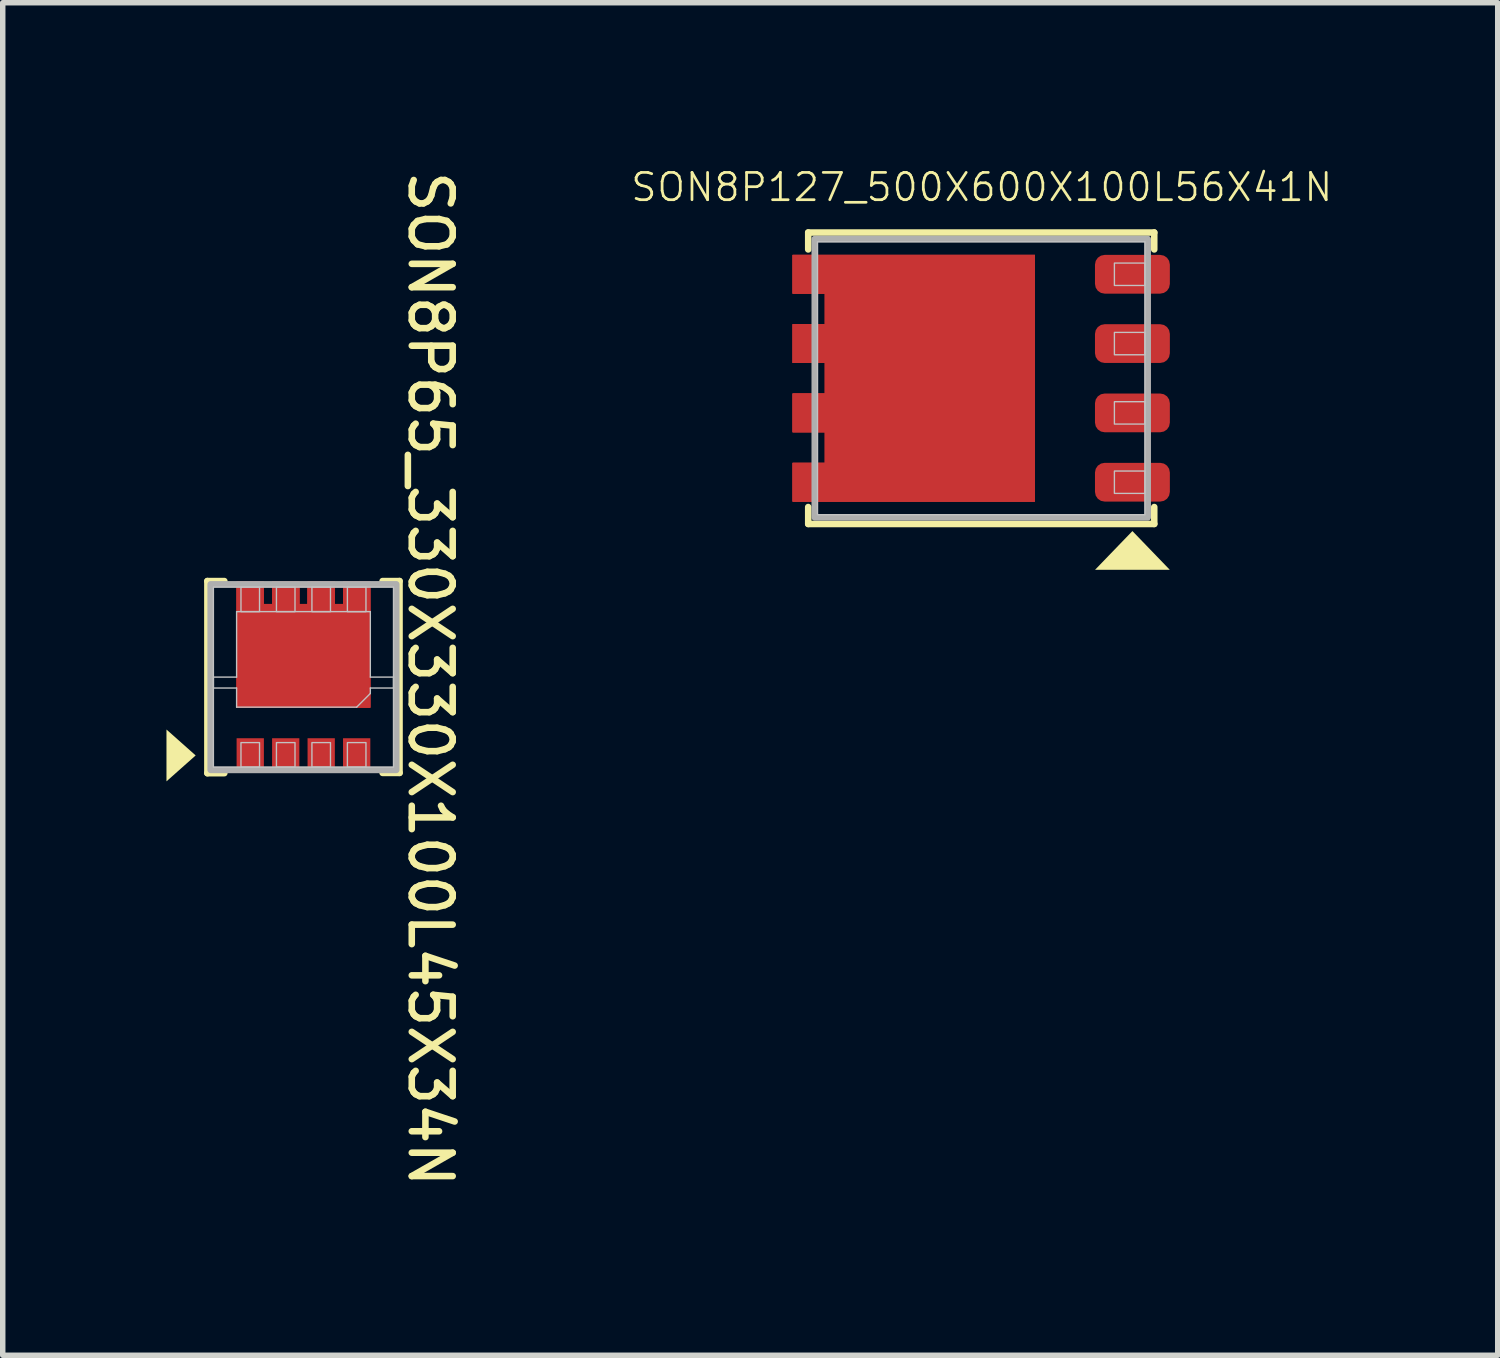
<source format=kicad_pcb>
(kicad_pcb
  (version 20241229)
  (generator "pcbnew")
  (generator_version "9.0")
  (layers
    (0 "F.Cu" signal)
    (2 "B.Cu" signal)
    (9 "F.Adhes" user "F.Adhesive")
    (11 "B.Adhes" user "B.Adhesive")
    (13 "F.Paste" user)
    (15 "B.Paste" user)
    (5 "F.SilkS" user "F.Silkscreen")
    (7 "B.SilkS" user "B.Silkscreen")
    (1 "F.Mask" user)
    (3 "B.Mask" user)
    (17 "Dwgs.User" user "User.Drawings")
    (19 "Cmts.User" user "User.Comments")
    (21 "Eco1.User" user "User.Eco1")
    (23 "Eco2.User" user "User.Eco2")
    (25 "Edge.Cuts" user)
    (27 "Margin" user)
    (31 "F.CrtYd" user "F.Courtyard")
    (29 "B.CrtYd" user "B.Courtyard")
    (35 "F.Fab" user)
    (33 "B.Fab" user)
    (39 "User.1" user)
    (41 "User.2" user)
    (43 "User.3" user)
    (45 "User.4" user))
  (footprint "SON8P127_500X600X100L56X41N"
    (layer "F.Cu")
    (at 14.928 3.88)
    (property "Reference" "SON8P127_500X600X100L56X41N" (at 0.01 -3.5 0) (unlocked yes) (layer "F.SilkS") (effects (font (size 0.5 0.5) (thickness 0.05))))
    (attr smd)
    (fp_line (start -3.17 -2.67) (end -3.17 -2.36) (stroke (width 0.12) (type default)) (layer "F.SilkS"))
    (fp_line (start -3.17 2.67) (end -3.17 2.36) (stroke (width 0.12) (type default)) (layer "F.SilkS"))
    (fp_line (start -3.17 2.67) (end 3.17 2.67) (stroke (width 0.12) (type default)) (layer "F.SilkS"))
    (fp_line (start 3.17 -2.67) (end -3.17 -2.67) (stroke (width 0.12) (type default)) (layer "F.SilkS"))
    (fp_line (start 3.17 -2.67) (end 3.17 -2.36) (stroke (width 0.12) (type default)) (layer "F.SilkS"))
    (fp_line (start 3.17 2.67) (end 3.17 2.36) (stroke (width 0.12) (type default)) (layer "F.SilkS"))
    (fp_poly (pts (xy 2.77 2.8) (xy 2.085 3.51) (xy 3.455 3.51)) (stroke (width 0) (type solid)) (fill yes) (layer "F.SilkS"))
    (fp_rect (start -3.293 -2.159) (end -2.527 -1.651) (stroke (width 0) (type solid)) (fill yes) (layer "F.Paste"))
    (fp_rect (start -3.293 -0.889) (end -2.527 -0.381) (stroke (width 0) (type solid)) (fill yes) (layer "F.Paste"))
    (fp_rect (start -3.293 0.381) (end -2.527 0.889) (stroke (width 0) (type solid)) (fill yes) (layer "F.Paste"))
    (fp_rect (start -3.293 1.651) (end -2.527 2.159) (stroke (width 0) (type solid)) (fill yes) (layer "F.Paste"))
    (fp_rect (start -2.241 -1.997) (end -0.947 -1.251) (stroke (width 0) (type solid)) (fill yes) (layer "F.Paste"))
    (fp_rect (start -2.241 -0.886) (end -0.948 -0.15) (stroke (width 0) (type solid)) (fill yes) (layer "F.Paste"))
    (fp_rect (start -2.241 0.15) (end -0.95 0.886) (stroke (width 0) (type solid)) (fill yes) (layer "F.Paste"))
    (fp_rect (start -2.241 1.251) (end -0.956 1.991) (stroke (width 0) (type solid)) (fill yes) (layer "F.Paste"))
    (fp_rect (start -0.598 -1.997) (end 0.696 -1.251) (stroke (width 0) (type solid)) (fill yes) (layer "F.Paste"))
    (fp_rect (start -0.598 -0.896) (end 0.696 -0.15) (stroke (width 0) (type solid)) (fill yes) (layer "F.Paste"))
    (fp_rect (start -0.598 0.14) (end 0.696 0.886) (stroke (width 0) (type solid)) (fill yes) (layer "F.Paste"))
    (fp_rect (start -0.598 1.251) (end 0.696 1.997) (stroke (width 0) (type solid)) (fill yes) (layer "F.Paste"))
    (fp_rect (start 2.221 -2.186) (end 3.293 -1.624) (stroke (width 0) (type solid)) (fill yes) (layer "F.Paste"))
    (fp_rect (start 2.221 -0.916) (end 3.293 -0.354) (stroke (width 0) (type solid)) (fill yes) (layer "F.Paste"))
    (fp_rect (start 2.221 0.354) (end 3.293 0.916) (stroke (width 0) (type solid)) (fill yes) (layer "F.Paste"))
    (fp_rect (start 2.221 1.624) (end 3.293 2.186) (stroke (width 0) (type solid)) (fill yes) (layer "F.Paste"))
    (fp_rect (start -3 -2.5) (end 3 2.5) (stroke (width 0.025) (type default)) (fill no) (layer "Dwgs.User"))
    (fp_rect (start 2.44 -2.11) (end 3 -1.7) (stroke (width 0.025) (type default)) (fill no) (layer "Dwgs.User"))
    (fp_rect (start 2.44 -0.84) (end 3 -0.43) (stroke (width 0.025) (type default)) (fill no) (layer "Dwgs.User"))
    (fp_rect (start 2.44 0.43) (end 3 0.84) (stroke (width 0.025) (type default)) (fill no) (layer "Dwgs.User"))
    (fp_rect (start 2.44 1.7) (end 3 2.11) (stroke (width 0.025) (type default)) (fill no) (layer "Dwgs.User"))
    (fp_rect (start -3.05 -2.55) (end 3.05 2.55) (stroke (width 0.12) (type default)) (fill no) (layer "F.Fab"))
    (pad "1" smd roundrect (at 2.77 1.905) (size 1.372 0.71) (layers "F.Cu" "F.Mask") (roundrect_rratio 0.25))
    (pad "2" smd roundrect (at 2.77 0.635) (size 1.372 0.71) (layers "F.Cu" "F.Mask") (roundrect_rratio 0.25))
    (pad "3" smd roundrect (at 2.77 -0.635) (size 1.372 0.71) (layers "F.Cu" "F.Mask") (roundrect_rratio 0.25))
    (pad "4" smd roundrect (at 2.77 -1.905) (size 1.372 0.71) (layers "F.Cu" "F.Mask") (roundrect_rratio 0.25))
    (pad "5" smd custom (at -0.192 0.026) (size 1.5 1.5) (layers "F.Cu" "F.Mask") (options (anchor rect)) (primitives (gr_poly (pts (xy 1.176 2.234) (xy 1.176 -2.286) (xy -3.264 -2.286) (xy -3.264 -1.576) (xy -2.674 -1.576) (xy -2.674 -1.016) (xy -3.264 -1.016) (xy -3.264 -0.306) (xy -2.674 -0.306) (xy -2.674 0.254) (xy -3.264 0.254) (xy -3.264 0.964) (xy -2.674 0.964) (xy -2.674 1.524) (xy -3.264 1.524) (xy -3.264 2.234)) (width 0) (fill yes))))
    (pad "6" smd custom (at -0.192 0.026) (size 1.5 1.5) (layers "F.Cu" "F.Mask") (options (anchor rect)) (primitives (gr_poly (pts (xy 1.176 2.234) (xy 1.176 -2.286) (xy -3.264 -2.286) (xy -3.264 -1.576) (xy -2.674 -1.576) (xy -2.674 -1.016) (xy -3.264 -1.016) (xy -3.264 -0.306) (xy -2.674 -0.306) (xy -2.674 0.254) (xy -3.264 0.254) (xy -3.264 0.964) (xy -2.674 0.964) (xy -2.674 1.524) (xy -3.264 1.524) (xy -3.264 2.234)) (width 0) (fill yes))))
    (pad "7" smd custom (at -0.192 0.026) (size 1.5 1.5) (layers "F.Cu" "F.Mask") (options (anchor rect)) (primitives (gr_poly (pts (xy 1.176 2.234) (xy 1.176 -2.286) (xy -3.264 -2.286) (xy -3.264 -1.576) (xy -2.674 -1.576) (xy -2.674 -1.016) (xy -3.264 -1.016) (xy -3.264 -0.306) (xy -2.674 -0.306) (xy -2.674 0.254) (xy -3.264 0.254) (xy -3.264 0.964) (xy -2.674 0.964) (xy -2.674 1.524) (xy -3.264 1.524) (xy -3.264 2.234)) (width 0) (fill yes))))
    (pad "8" smd custom (at -0.192 0.026) (size 1.5 1.5) (layers "F.Cu" "F.Mask") (options (anchor rect)) (primitives (gr_poly (pts (xy 1.176 2.234) (xy 1.176 -2.286) (xy -3.264 -2.286) (xy -3.264 -1.576) (xy -2.674 -1.576) (xy -2.674 -1.016) (xy -3.264 -1.016) (xy -3.264 -0.306) (xy -2.674 -0.306) (xy -2.674 0.254) (xy -3.264 0.254) (xy -3.264 0.964) (xy -2.674 0.964) (xy -2.674 1.524) (xy -3.264 1.524) (xy -3.264 2.234)) (width 0) (fill yes)))))
  (footprint "SON8P65_330X330X100L45X34N"
    (layer "F.Cu")
    (at 2.51 9.356)
    (property "Reference" "SON8P65_330X330X100L45X34N" (at 2.325 0.035 270) (unlocked yes) (layer "F.SilkS") (effects (font (size 0.75 0.75) (thickness 0.12))))
    (attr smd allow_soldermask_bridges)
    (fp_line (start -1.76 -1.76) (end -1.76 1.76) (stroke (width 0.12) (type default)) (layer "F.SilkS"))
    (fp_line (start -1.76 -1.76) (end -1.45 -1.76) (stroke (width 0.12) (type default)) (layer "F.SilkS"))
    (fp_line (start -1.76 1.76) (end -1.45 1.76) (stroke (width 0.12) (type default)) (layer "F.SilkS"))
    (fp_line (start 1.76 -1.76) (end 1.45 -1.76) (stroke (width 0.12) (type default)) (layer "F.SilkS"))
    (fp_line (start 1.76 1.755) (end 1.45 1.755) (stroke (width 0.12) (type default)) (layer "F.SilkS"))
    (fp_line (start 1.76 1.755) (end 1.76 -1.76) (stroke (width 0.12) (type default)) (layer "F.SilkS"))
    (fp_poly (pts (xy -1.975 1.435) (xy -2.51 0.96) (xy -2.51 1.91)) (stroke (width 0) (type solid)) (fill yes) (layer "F.SilkS"))
    (fp_rect (start -1.145 -1.66) (end -0.805 -1.21) (stroke (width 0) (type solid)) (fill yes) (layer "F.Paste"))
    (fp_rect (start -1.145 -0.985) (end -0.125 0.46) (stroke (width 0) (type solid)) (fill yes) (layer "F.Paste"))
    (fp_rect (start -1.145 1.21) (end -0.805 1.66) (stroke (width 0) (type solid)) (fill yes) (layer "F.Paste"))
    (fp_rect (start -0.495 -1.66) (end -0.155 -1.21) (stroke (width 0) (type solid)) (fill yes) (layer "F.Paste"))
    (fp_rect (start -0.495 1.21) (end -0.155 1.66) (stroke (width 0) (type solid)) (fill yes) (layer "F.Paste"))
    (fp_rect (start 0.125 -0.985) (end 1.145 0.46) (stroke (width 0) (type solid)) (fill yes) (layer "F.Paste"))
    (fp_rect (start 0.155 -1.66) (end 0.495 -1.21) (stroke (width 0) (type solid)) (fill yes) (layer "F.Paste"))
    (fp_rect (start 0.155 1.21) (end 0.495 1.66) (stroke (width 0) (type solid)) (fill yes) (layer "F.Paste"))
    (fp_rect (start 0.805 -1.66) (end 1.145 -1.21) (stroke (width 0) (type solid)) (fill yes) (layer "F.Paste"))
    (fp_rect (start 0.805 1.21) (end 1.145 1.66) (stroke (width 0) (type solid)) (fill yes) (layer "F.Paste"))
    (fp_line (start -1.65 0) (end -1.65 0.2) (stroke (width 0.025) (type default)) (layer "Dwgs.User"))
    (fp_line (start -1.225 -1.2) (end -1.225 0) (stroke (width 0.025) (type default)) (layer "Dwgs.User"))
    (fp_line (start -1.225 -1.2) (end 1.225 -1.2) (stroke (width 0.025) (type default)) (layer "Dwgs.User"))
    (fp_line (start -1.225 0) (end -1.65 0) (stroke (width 0.025) (type default)) (layer "Dwgs.User"))
    (fp_line (start -1.225 0.2) (end -1.65 0.2) (stroke (width 0.025) (type default)) (layer "Dwgs.User"))
    (fp_line (start -1.225 0.55) (end -1.225 0.2) (stroke (width 0.025) (type default)) (layer "Dwgs.User"))
    (fp_line (start -1.225 0.55) (end 0.975 0.55) (stroke (width 0.025) (type default)) (layer "Dwgs.User"))
    (fp_line (start 0.975 0.55) (end 1.225 0.3) (stroke (width 0.025) (type default)) (layer "Dwgs.User"))
    (fp_line (start 1.225 -1.2) (end 1.225 0) (stroke (width 0.025) (type default)) (layer "Dwgs.User"))
    (fp_line (start 1.225 0) (end 1.65 0) (stroke (width 0.025) (type default)) (layer "Dwgs.User"))
    (fp_line (start 1.225 0.2) (end 1.65 0.2) (stroke (width 0.025) (type default)) (layer "Dwgs.User"))
    (fp_line (start 1.225 0.3) (end 1.225 0.2) (stroke (width 0.025) (type default)) (layer "Dwgs.User"))
    (fp_line (start 1.65 0.2) (end 1.65 0) (stroke (width 0.025) (type default)) (layer "Dwgs.User"))
    (fp_rect (start -1.65 -1.65) (end 1.65 1.65) (stroke (width 0.025) (type default)) (fill no) (layer "Dwgs.User"))
    (fp_rect (start -1.145 -1.65) (end -0.805 -1.2) (stroke (width 0.025) (type default)) (fill no) (layer "Dwgs.User"))
    (fp_rect (start -1.145 1.2) (end -0.805 1.65) (stroke (width 0.025) (type default)) (fill no) (layer "Dwgs.User"))
    (fp_rect (start -0.495 -1.65) (end -0.155 -1.2) (stroke (width 0.025) (type default)) (fill no) (layer "Dwgs.User"))
    (fp_rect (start -0.495 1.2) (end -0.155 1.65) (stroke (width 0.025) (type default)) (fill no) (layer "Dwgs.User"))
    (fp_rect (start 0.155 -1.65) (end 0.495 -1.2) (stroke (width 0.025) (type default)) (fill no) (layer "Dwgs.User"))
    (fp_rect (start 0.155 1.2) (end 0.495 1.65) (stroke (width 0.025) (type default)) (fill no) (layer "Dwgs.User"))
    (fp_rect (start 0.805 -1.65) (end 1.145 -1.2) (stroke (width 0.025) (type default)) (fill no) (layer "Dwgs.User"))
    (fp_rect (start 0.805 1.2) (end 1.145 1.65) (stroke (width 0.025) (type default)) (fill no) (layer "Dwgs.User"))
    (fp_rect (start -1.7 -1.7) (end 1.7 1.7) (stroke (width 0.12) (type default)) (fill no) (layer "F.Fab"))
    (pad "1" smd rect (at -0.975 1.435) (size 0.5 0.63) (layers "F.Cu" "F.Mask"))
    (pad "2" smd rect (at -0.325 1.435) (size 0.5 0.63) (layers "F.Cu" "F.Mask"))
    (pad "3" smd rect (at 0.325 1.435) (size 0.5 0.63) (layers "F.Cu" "F.Mask"))
    (pad "4" smd rect (at 0.975 1.435) (size 0.5 0.63) (layers "F.Cu" "F.Mask"))
    (pad "5" smd custom (at 0 -0.39) (size 2.45 1.9) (layers "F.Cu" "F.Mask") (options (anchor rect)) (primitives (gr_rect (start -1.225 -1.36) (end -0.725 -0.925) (width 0) (fill yes)) (gr_rect (start 0.725 -1.36) (end 1.225 -0.93) (width 0) (fill yes)) (gr_rect (start 0.075 -1.36) (end 0.575 -0.93) (width 0) (fill yes)) (gr_rect (start -0.575 -1.36) (end -0.075 -0.93) (width 0) (fill yes))))
    (pad "6" smd custom (at 0 -0.39) (size 2.45 1.9) (layers "F.Cu" "F.Mask") (options (anchor rect)) (primitives (gr_rect (start -1.225 -1.36) (end -0.725 -0.925) (width 0) (fill yes)) (gr_rect (start 0.725 -1.36) (end 1.225 -0.93) (width 0) (fill yes)) (gr_rect (start 0.075 -1.36) (end 0.575 -0.93) (width 0) (fill yes)) (gr_rect (start -0.575 -1.36) (end -0.075 -0.93) (width 0) (fill yes))))
    (pad "7" smd custom (at 0 -0.39) (size 2.45 1.9) (layers "F.Cu" "F.Mask") (options (anchor rect)) (primitives (gr_rect (start -1.225 -1.36) (end -0.725 -0.925) (width 0) (fill yes)) (gr_rect (start 0.725 -1.36) (end 1.225 -0.93) (width 0) (fill yes)) (gr_rect (start 0.075 -1.36) (end 0.575 -0.93) (width 0) (fill yes)) (gr_rect (start -0.575 -1.36) (end -0.075 -0.93) (width 0) (fill yes))))
    (pad "8" smd custom (at 0 -0.39) (size 2.45 1.9) (layers "F.Cu" "F.Mask") (options (anchor rect)) (primitives (gr_rect (start -1.225 -1.36) (end -0.725 -0.925) (width 0) (fill yes)) (gr_rect (start 0.725 -1.36) (end 1.225 -0.93) (width 0) (fill yes)) (gr_rect (start 0.075 -1.36) (end 0.575 -0.93) (width 0) (fill yes)) (gr_rect (start -0.575 -1.36) (end -0.075 -0.93) (width 0) (fill yes)))))
  (gr_rect
    (start -3 -3)
    (end 24.391 21.781)
    (stroke (width 0.1) (type default))
    (fill no)
    (layer "Edge.Cuts")))
</source>
